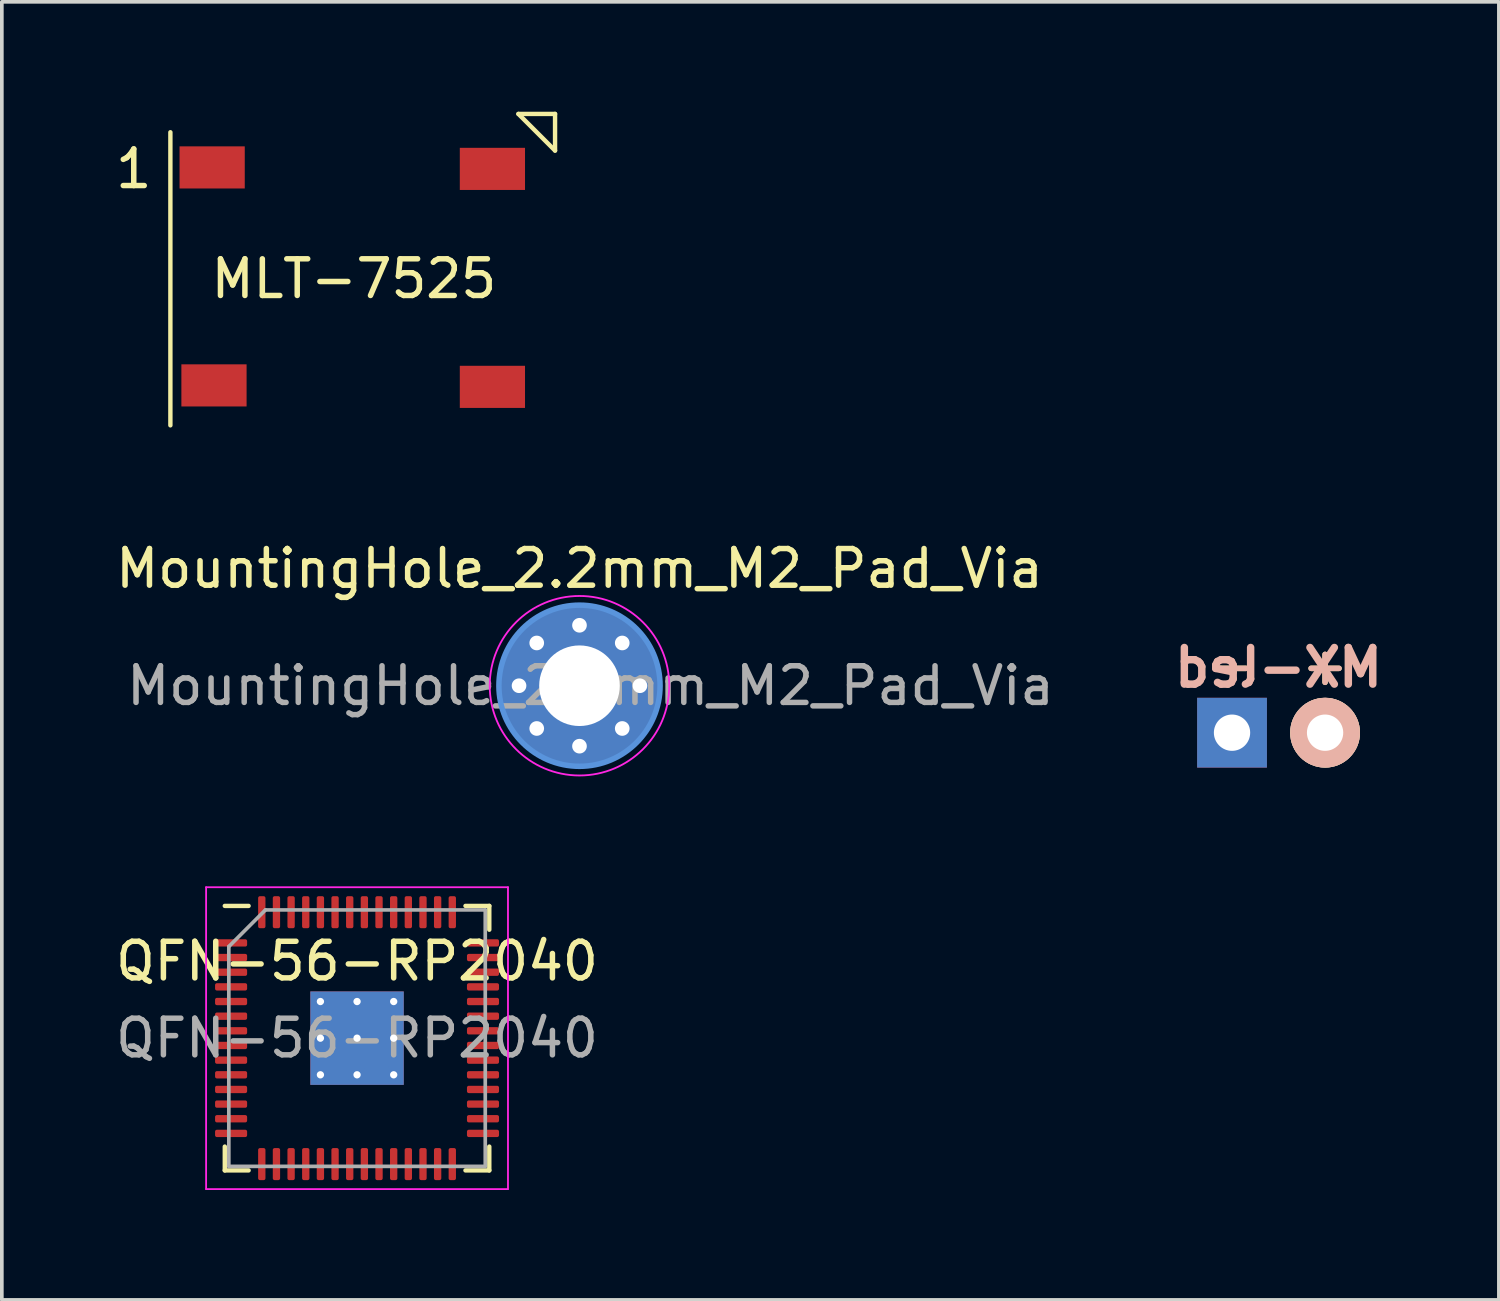
<source format=kicad_pcb>
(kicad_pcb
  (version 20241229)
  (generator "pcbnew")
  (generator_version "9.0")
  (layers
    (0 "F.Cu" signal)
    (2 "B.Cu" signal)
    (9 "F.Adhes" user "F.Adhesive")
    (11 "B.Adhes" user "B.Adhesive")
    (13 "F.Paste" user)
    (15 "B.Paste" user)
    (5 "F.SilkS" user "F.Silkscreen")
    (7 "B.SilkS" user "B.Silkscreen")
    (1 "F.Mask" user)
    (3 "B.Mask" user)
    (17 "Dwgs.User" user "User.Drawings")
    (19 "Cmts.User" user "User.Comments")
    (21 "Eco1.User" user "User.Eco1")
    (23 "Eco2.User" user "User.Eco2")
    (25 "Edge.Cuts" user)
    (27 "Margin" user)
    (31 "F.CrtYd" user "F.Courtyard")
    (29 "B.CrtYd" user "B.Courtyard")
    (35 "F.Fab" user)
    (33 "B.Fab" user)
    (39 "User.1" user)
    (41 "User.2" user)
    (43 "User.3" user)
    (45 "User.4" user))
  (footprint "MLT-7525"
    (layer "F.Cu")
    (at 6.601 4.56)
    (property "Reference" "MLT-7525" (at 0.01 0 0) (layer "F.SilkS") (effects (font (size 1 1) (thickness 0.15))))
    (attr through_hole)
    (fp_line (start -5 4) (end -5 -4) (stroke (width 0.12) (type solid)) (layer "F.SilkS"))
    (fp_line (start 4.5 -4.5) (end 5.5 -3.5) (stroke (width 0.12) (type solid)) (layer "F.SilkS"))
    (fp_line (start 5.5 -4.5) (end 4.5 -4.5) (stroke (width 0.12) (type solid)) (layer "F.SilkS"))
    (fp_line (start 5.5 -3.5) (end 5.5 -4.5) (stroke (width 0.12) (type solid)) (layer "F.SilkS"))
    (fp_text user "1" (at -6 -3 0) (layer "F.SilkS") (effects (font (size 1 1) (thickness 0.15))))
    (pad "1" smd rect (at -3.86 -3.04) (size 1.78 1.15) (layers "F.Cu" "F.Mask" "F.Paste"))
    (pad "2" smd rect (at -3.81 2.91) (size 1.78 1.15) (layers "F.Cu" "F.Mask" "F.Paste"))
    (pad "3" smd rect (at 3.79 -3) (size 1.78 1.15) (layers "F.Cu" "F.Mask" "F.Paste"))
    (pad "4" smd rect (at 3.79 2.95) (size 1.78 1.15) (layers "F.Cu" "F.Mask" "F.Paste")))
  (footprint "MX-led"
    (layer "F.Cu")
    (at 31.85 11.87)
    (property "Reference" "MX-led" (at 0 3.302 0) (layer "B.SilkS") (effects (font (size 1 1) (thickness 0.203)) (justify mirror)))
    (attr through_hole)
    (fp_text user "-" (at -1.27 3.25 0) (layer "F.SilkS") (effects (font (size 1 1) (thickness 0.15))))
    (fp_text user "+" (at 1.27 3.25 0) (layer "F.SilkS") (effects (font (size 1 1) (thickness 0.15))))
    (fp_text user "-" (at -1.27 3.25 0) (layer "B.SilkS") (effects (font (size 1 1) (thickness 0.15)) (justify mirror)))
    (fp_text user "+" (at 1.27 3.25 0) (layer "B.SilkS") (effects (font (size 1 1) (thickness 0.15)) (justify mirror)))
    (pad "1" thru_hole rect (at -1.27 5.08) (size 1.905 1.905) (drill 0.991) (layers "*.Cu" "*.Mask"))
    (pad "2" thru_hole circle (at 1.27 5.08) (size 1.905 1.905) (drill 0.991) (layers "*.Cu" "*.SilkS" "*.Mask")))
  (footprint "MountingHole_2.2mm_M2_Pad_Via"
    (layer "F.Cu")
    (at 12.768 15.668)
    (property "Reference" "MountingHole_2.2mm_M2_Pad_Via" (at 0 -3.2 0) (layer "F.SilkS") (effects (font (size 1 1) (thickness 0.15))))
    (attr exclude_from_pos_files exclude_from_bom)
    (fp_circle (center 0 0) (end 2.2 0) (stroke (width 0.15) (type solid)) (fill no) (layer "Cmts.User"))
    (fp_circle (center 0 0) (end 2.45 0) (stroke (width 0.05) (type solid)) (fill no) (layer "F.CrtYd"))
    (fp_text user "${REFERENCE}" (at 0.3 0 0) (layer "F.Fab") (effects (font (size 1 1) (thickness 0.15))))
    (pad "1" thru_hole circle (at -1.65 0) (size 0.7 0.7) (drill 0.4) (layers "*.Cu" "*.Mask"))
    (pad "1" thru_hole circle (at -1.167 -1.167) (size 0.7 0.7) (drill 0.4) (layers "*.Cu" "*.Mask"))
    (pad "1" thru_hole circle (at -1.167 1.167) (size 0.7 0.7) (drill 0.4) (layers "*.Cu" "*.Mask"))
    (pad "1" thru_hole circle (at 0 -1.65) (size 0.7 0.7) (drill 0.4) (layers "*.Cu" "*.Mask"))
    (pad "1" thru_hole circle (at 0 0) (size 4.4 4.4) (drill 2.2) (layers "*.Cu" "*.Mask"))
    (pad "1" thru_hole circle (at 0 1.65) (size 0.7 0.7) (drill 0.4) (layers "*.Cu" "*.Mask"))
    (pad "1" thru_hole circle (at 1.167 -1.167) (size 0.7 0.7) (drill 0.4) (layers "*.Cu" "*.Mask"))
    (pad "1" thru_hole circle (at 1.167 1.167) (size 0.7 0.7) (drill 0.4) (layers "*.Cu" "*.Mask"))
    (pad "1" thru_hole circle (at 1.65 0) (size 0.7 0.7) (drill 0.4) (layers "*.Cu" "*.Mask")))
  (footprint "QFN-56-RP2040"
    (layer "F.Cu")
    (at 6.696 25.288)
    (property "Reference" "QFN-56-RP2040" (at 0 -2.1 0) (layer "F.SilkS") (effects (font (size 1 1) (thickness 0.15))))
    (attr smd)
    (fp_line (start -3.61 3.61) (end -3.61 2.96) (stroke (width 0.12) (type solid)) (layer "F.SilkS"))
    (fp_line (start -2.96 -3.61) (end -3.61 -3.61) (stroke (width 0.12) (type solid)) (layer "F.SilkS"))
    (fp_line (start -2.96 3.61) (end -3.61 3.61) (stroke (width 0.12) (type solid)) (layer "F.SilkS"))
    (fp_line (start 2.96 -3.61) (end 3.61 -3.61) (stroke (width 0.12) (type solid)) (layer "F.SilkS"))
    (fp_line (start 2.96 3.61) (end 3.61 3.61) (stroke (width 0.12) (type solid)) (layer "F.SilkS"))
    (fp_line (start 3.61 -3.61) (end 3.61 -2.96) (stroke (width 0.12) (type solid)) (layer "F.SilkS"))
    (fp_line (start 3.61 3.61) (end 3.61 2.96) (stroke (width 0.12) (type solid)) (layer "F.SilkS"))
    (fp_line (start -4.12 -4.12) (end -4.12 4.12) (stroke (width 0.05) (type solid)) (layer "F.CrtYd"))
    (fp_line (start -4.12 4.12) (end 4.12 4.12) (stroke (width 0.05) (type solid)) (layer "F.CrtYd"))
    (fp_line (start 4.12 -4.12) (end -4.12 -4.12) (stroke (width 0.05) (type solid)) (layer "F.CrtYd"))
    (fp_line (start 4.12 4.12) (end 4.12 -4.12) (stroke (width 0.05) (type solid)) (layer "F.CrtYd"))
    (fp_line (start -3.5 -2.5) (end -2.5 -3.5) (stroke (width 0.1) (type solid)) (layer "F.Fab"))
    (fp_line (start -3.5 3.5) (end -3.5 -2.5) (stroke (width 0.1) (type solid)) (layer "F.Fab"))
    (fp_line (start -2.5 -3.5) (end 3.5 -3.5) (stroke (width 0.1) (type solid)) (layer "F.Fab"))
    (fp_line (start 3.5 -3.5) (end 3.5 3.5) (stroke (width 0.1) (type solid)) (layer "F.Fab"))
    (fp_line (start 3.5 3.5) (end -3.5 3.5) (stroke (width 0.1) (type solid)) (layer "F.Fab"))
    (fp_text user "${REFERENCE}" (at 0 0 0) (layer "F.Fab") (effects (font (size 1 1) (thickness 0.15))))
    (pad "" smd roundrect (at -0.637 -0.637) (size 1.084 1.084) (layers "F.Paste") (roundrect_rratio 0.231))
    (pad "" smd roundrect (at -0.637 0.637) (size 1.084 1.084) (layers "F.Paste") (roundrect_rratio 0.231))
    (pad "" smd roundrect (at 0.637 -0.637) (size 1.084 1.084) (layers "F.Paste") (roundrect_rratio 0.231))
    (pad "" smd roundrect (at 0.637 0.637) (size 1.084 1.084) (layers "F.Paste") (roundrect_rratio 0.231))
    (pad "1" smd roundrect (at -3.438 -2.6) (size 0.875 0.2) (layers "F.Cu" "F.Mask" "F.Paste") (roundrect_rratio 0.25))
    (pad "2" smd roundrect (at -3.438 -2.2) (size 0.875 0.2) (layers "F.Cu" "F.Mask" "F.Paste") (roundrect_rratio 0.25))
    (pad "3" smd roundrect (at -3.438 -1.8) (size 0.875 0.2) (layers "F.Cu" "F.Mask" "F.Paste") (roundrect_rratio 0.25))
    (pad "4" smd roundrect (at -3.438 -1.4) (size 0.875 0.2) (layers "F.Cu" "F.Mask" "F.Paste") (roundrect_rratio 0.25))
    (pad "5" smd roundrect (at -3.438 -1) (size 0.875 0.2) (layers "F.Cu" "F.Mask" "F.Paste") (roundrect_rratio 0.25))
    (pad "6" smd roundrect (at -3.438 -0.6) (size 0.875 0.2) (layers "F.Cu" "F.Mask" "F.Paste") (roundrect_rratio 0.25))
    (pad "7" smd roundrect (at -3.438 -0.2) (size 0.875 0.2) (layers "F.Cu" "F.Mask" "F.Paste") (roundrect_rratio 0.25))
    (pad "8" smd roundrect (at -3.438 0.2) (size 0.875 0.2) (layers "F.Cu" "F.Mask" "F.Paste") (roundrect_rratio 0.25))
    (pad "9" smd roundrect (at -3.438 0.6) (size 0.875 0.2) (layers "F.Cu" "F.Mask" "F.Paste") (roundrect_rratio 0.25))
    (pad "10" smd roundrect (at -3.438 1) (size 0.875 0.2) (layers "F.Cu" "F.Mask" "F.Paste") (roundrect_rratio 0.25))
    (pad "11" smd roundrect (at -3.438 1.4) (size 0.875 0.2) (layers "F.Cu" "F.Mask" "F.Paste") (roundrect_rratio 0.25))
    (pad "12" smd roundrect (at -3.438 1.8) (size 0.875 0.2) (layers "F.Cu" "F.Mask" "F.Paste") (roundrect_rratio 0.25))
    (pad "13" smd roundrect (at -3.438 2.2) (size 0.875 0.2) (layers "F.Cu" "F.Mask" "F.Paste") (roundrect_rratio 0.25))
    (pad "14" smd roundrect (at -3.438 2.6) (size 0.875 0.2) (layers "F.Cu" "F.Mask" "F.Paste") (roundrect_rratio 0.25))
    (pad "15" smd roundrect (at -2.6 3.438) (size 0.2 0.875) (layers "F.Cu" "F.Mask" "F.Paste") (roundrect_rratio 0.25))
    (pad "16" smd roundrect (at -2.2 3.438) (size 0.2 0.875) (layers "F.Cu" "F.Mask" "F.Paste") (roundrect_rratio 0.25))
    (pad "17" smd roundrect (at -1.8 3.438) (size 0.2 0.875) (layers "F.Cu" "F.Mask" "F.Paste") (roundrect_rratio 0.25))
    (pad "18" smd roundrect (at -1.4 3.438) (size 0.2 0.875) (layers "F.Cu" "F.Mask" "F.Paste") (roundrect_rratio 0.25))
    (pad "19" smd roundrect (at -1 3.438) (size 0.2 0.875) (layers "F.Cu" "F.Mask" "F.Paste") (roundrect_rratio 0.25))
    (pad "20" smd roundrect (at -0.6 3.438) (size 0.2 0.875) (layers "F.Cu" "F.Mask" "F.Paste") (roundrect_rratio 0.25))
    (pad "21" smd roundrect (at -0.2 3.438) (size 0.2 0.875) (layers "F.Cu" "F.Mask" "F.Paste") (roundrect_rratio 0.25))
    (pad "22" smd roundrect (at 0.2 3.438) (size 0.2 0.875) (layers "F.Cu" "F.Mask" "F.Paste") (roundrect_rratio 0.25))
    (pad "23" smd roundrect (at 0.6 3.438) (size 0.2 0.875) (layers "F.Cu" "F.Mask" "F.Paste") (roundrect_rratio 0.25))
    (pad "24" smd roundrect (at 1 3.438) (size 0.2 0.875) (layers "F.Cu" "F.Mask" "F.Paste") (roundrect_rratio 0.25))
    (pad "25" smd roundrect (at 1.4 3.438) (size 0.2 0.875) (layers "F.Cu" "F.Mask" "F.Paste") (roundrect_rratio 0.25))
    (pad "26" smd roundrect (at 1.8 3.438) (size 0.2 0.875) (layers "F.Cu" "F.Mask" "F.Paste") (roundrect_rratio 0.25))
    (pad "27" smd roundrect (at 2.2 3.438) (size 0.2 0.875) (layers "F.Cu" "F.Mask" "F.Paste") (roundrect_rratio 0.25))
    (pad "28" smd roundrect (at 2.6 3.438) (size 0.2 0.875) (layers "F.Cu" "F.Mask" "F.Paste") (roundrect_rratio 0.25))
    (pad "29" smd roundrect (at 3.438 2.6) (size 0.875 0.2) (layers "F.Cu" "F.Mask" "F.Paste") (roundrect_rratio 0.25))
    (pad "30" smd roundrect (at 3.438 2.2) (size 0.875 0.2) (layers "F.Cu" "F.Mask" "F.Paste") (roundrect_rratio 0.25))
    (pad "31" smd roundrect (at 3.438 1.8) (size 0.875 0.2) (layers "F.Cu" "F.Mask" "F.Paste") (roundrect_rratio 0.25))
    (pad "32" smd roundrect (at 3.438 1.4) (size 0.875 0.2) (layers "F.Cu" "F.Mask" "F.Paste") (roundrect_rratio 0.25))
    (pad "33" smd roundrect (at 3.438 1) (size 0.875 0.2) (layers "F.Cu" "F.Mask" "F.Paste") (roundrect_rratio 0.25))
    (pad "34" smd roundrect (at 3.438 0.6) (size 0.875 0.2) (layers "F.Cu" "F.Mask" "F.Paste") (roundrect_rratio 0.25))
    (pad "35" smd roundrect (at 3.438 0.2) (size 0.875 0.2) (layers "F.Cu" "F.Mask" "F.Paste") (roundrect_rratio 0.25))
    (pad "36" smd roundrect (at 3.438 -0.2) (size 0.875 0.2) (layers "F.Cu" "F.Mask" "F.Paste") (roundrect_rratio 0.25))
    (pad "37" smd roundrect (at 3.438 -0.6) (size 0.875 0.2) (layers "F.Cu" "F.Mask" "F.Paste") (roundrect_rratio 0.25))
    (pad "38" smd roundrect (at 3.438 -1) (size 0.875 0.2) (layers "F.Cu" "F.Mask" "F.Paste") (roundrect_rratio 0.25))
    (pad "39" smd roundrect (at 3.438 -1.4) (size 0.875 0.2) (layers "F.Cu" "F.Mask" "F.Paste") (roundrect_rratio 0.25))
    (pad "40" smd roundrect (at 3.438 -1.8) (size 0.875 0.2) (layers "F.Cu" "F.Mask" "F.Paste") (roundrect_rratio 0.25))
    (pad "41" smd roundrect (at 3.438 -2.2) (size 0.875 0.2) (layers "F.Cu" "F.Mask" "F.Paste") (roundrect_rratio 0.25))
    (pad "42" smd roundrect (at 3.438 -2.6) (size 0.875 0.2) (layers "F.Cu" "F.Mask" "F.Paste") (roundrect_rratio 0.25))
    (pad "43" smd roundrect (at 2.6 -3.438) (size 0.2 0.875) (layers "F.Cu" "F.Mask" "F.Paste") (roundrect_rratio 0.25))
    (pad "44" smd roundrect (at 2.2 -3.438) (size 0.2 0.875) (layers "F.Cu" "F.Mask" "F.Paste") (roundrect_rratio 0.25))
    (pad "45" smd roundrect (at 1.8 -3.438) (size 0.2 0.875) (layers "F.Cu" "F.Mask" "F.Paste") (roundrect_rratio 0.25))
    (pad "46" smd roundrect (at 1.4 -3.438) (size 0.2 0.875) (layers "F.Cu" "F.Mask" "F.Paste") (roundrect_rratio 0.25))
    (pad "47" smd roundrect (at 1 -3.438) (size 0.2 0.875) (layers "F.Cu" "F.Mask" "F.Paste") (roundrect_rratio 0.25))
    (pad "48" smd roundrect (at 0.6 -3.438) (size 0.2 0.875) (layers "F.Cu" "F.Mask" "F.Paste") (roundrect_rratio 0.25))
    (pad "49" smd roundrect (at 0.2 -3.438) (size 0.2 0.875) (layers "F.Cu" "F.Mask" "F.Paste") (roundrect_rratio 0.25))
    (pad "50" smd roundrect (at -0.2 -3.438) (size 0.2 0.875) (layers "F.Cu" "F.Mask" "F.Paste") (roundrect_rratio 0.25))
    (pad "51" smd roundrect (at -0.6 -3.438) (size 0.2 0.875) (layers "F.Cu" "F.Mask" "F.Paste") (roundrect_rratio 0.25))
    (pad "52" smd roundrect (at -1 -3.438) (size 0.2 0.875) (layers "F.Cu" "F.Mask" "F.Paste") (roundrect_rratio 0.25))
    (pad "53" smd roundrect (at -1.4 -3.438) (size 0.2 0.875) (layers "F.Cu" "F.Mask" "F.Paste") (roundrect_rratio 0.25))
    (pad "54" smd roundrect (at -1.8 -3.438) (size 0.2 0.875) (layers "F.Cu" "F.Mask" "F.Paste") (roundrect_rratio 0.25))
    (pad "55" smd roundrect (at -2.2 -3.438) (size 0.2 0.875) (layers "F.Cu" "F.Mask" "F.Paste") (roundrect_rratio 0.25))
    (pad "56" smd roundrect (at -2.6 -3.438) (size 0.2 0.875) (layers "F.Cu" "F.Mask" "F.Paste") (roundrect_rratio 0.25))
    (pad "57" thru_hole circle (at -1 -1) (size 0.5 0.5) (drill 0.2) (layers "*.Cu"))
    (pad "57" thru_hole circle (at -1 0) (size 0.5 0.5) (drill 0.2) (layers "*.Cu"))
    (pad "57" thru_hole circle (at -1 1) (size 0.5 0.5) (drill 0.2) (layers "*.Cu"))
    (pad "57" thru_hole circle (at 0 -1) (size 0.5 0.5) (drill 0.2) (layers "*.Cu"))
    (pad "57" thru_hole circle (at 0 0) (size 0.5 0.5) (drill 0.2) (layers "*.Cu"))
    (pad "57" smd rect (at 0 0) (size 2.55 2.55) (layers "F.Cu" "F.Mask"))
    (pad "57" smd rect (at 0 0) (size 2.55 2.55) (layers "B.Cu"))
    (pad "57" thru_hole circle (at 0 1) (size 0.5 0.5) (drill 0.2) (layers "*.Cu"))
    (pad "57" thru_hole circle (at 1 -1) (size 0.5 0.5) (drill 0.2) (layers "*.Cu"))
    (pad "57" thru_hole circle (at 1 0) (size 0.5 0.5) (drill 0.2) (layers "*.Cu"))
    (pad "57" thru_hole circle (at 1 1) (size 0.5 0.5) (drill 0.2) (layers "*.Cu")))
  (gr_rect
    (start -3 -3)
    (end 37.864 32.433)
    (stroke (width 0.1) (type default))
    (fill no)
    (layer "Edge.Cuts")))
</source>
